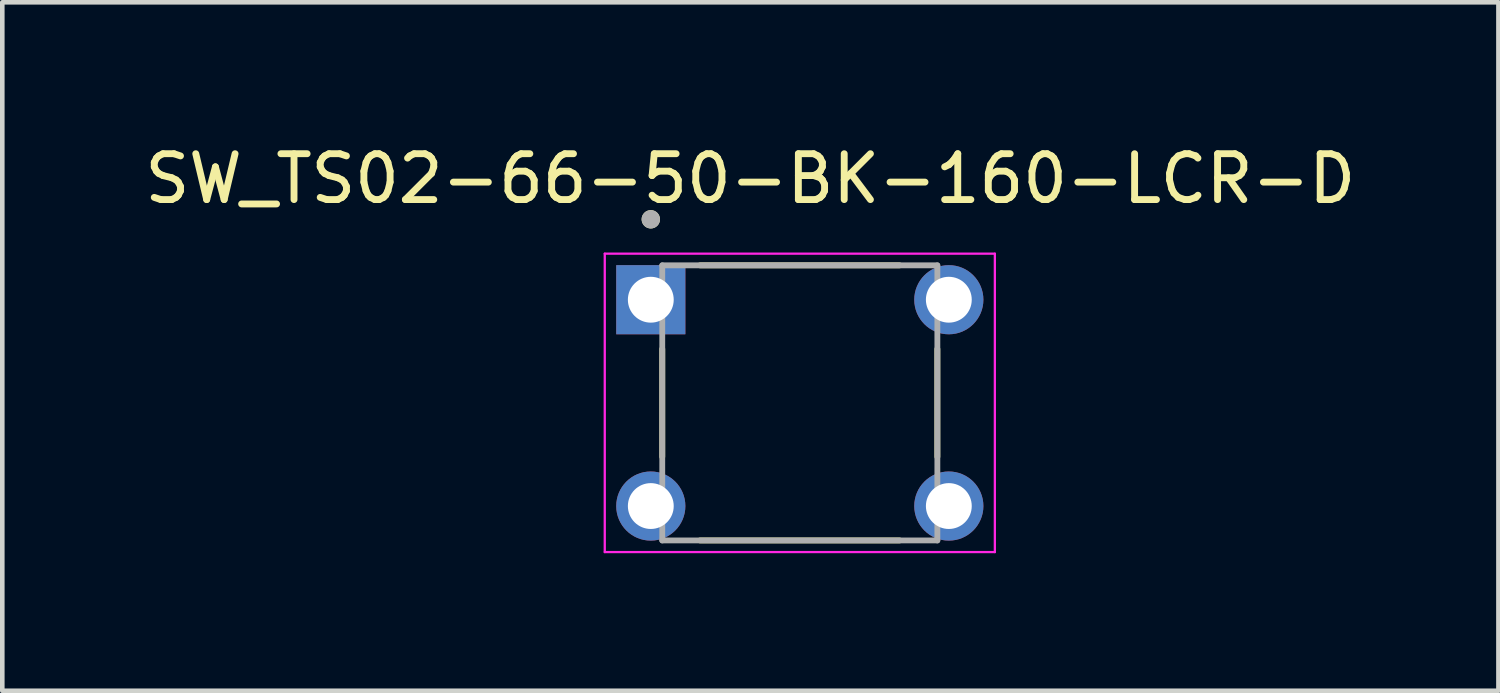
<source format=kicad_pcb>
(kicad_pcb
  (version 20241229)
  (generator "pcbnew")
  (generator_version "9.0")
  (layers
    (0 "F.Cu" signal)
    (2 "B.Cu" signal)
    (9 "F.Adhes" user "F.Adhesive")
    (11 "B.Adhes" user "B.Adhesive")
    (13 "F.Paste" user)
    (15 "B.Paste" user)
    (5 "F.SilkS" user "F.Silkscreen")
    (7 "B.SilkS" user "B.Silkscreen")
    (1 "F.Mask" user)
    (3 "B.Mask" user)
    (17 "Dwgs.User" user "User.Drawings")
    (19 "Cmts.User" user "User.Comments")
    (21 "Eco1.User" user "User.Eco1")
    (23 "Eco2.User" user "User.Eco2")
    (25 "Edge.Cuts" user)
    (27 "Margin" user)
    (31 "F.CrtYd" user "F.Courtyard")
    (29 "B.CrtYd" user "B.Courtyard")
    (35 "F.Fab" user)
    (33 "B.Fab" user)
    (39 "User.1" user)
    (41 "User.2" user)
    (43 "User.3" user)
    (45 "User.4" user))
  (footprint "SW_TS02-66-50-BK-160-LCR-D"
    (layer "F.Cu")
    (at 14.394 5.737)
    (property "Reference" "SW_TS02-66-50-BK-160-LCR-D" (at -1.079 -4.889 0) (layer "F.SilkS") (effects (font (size 1 1) (thickness 0.15))))
    (attr through_hole)
    (fp_line (start -3 -1.176) (end -3 1.176) (stroke (width 0.127) (type solid)) (layer "F.SilkS"))
    (fp_line (start -2.176 -3) (end 2.176 -3) (stroke (width 0.127) (type solid)) (layer "F.SilkS"))
    (fp_line (start -2.176 3) (end 2.176 3) (stroke (width 0.127) (type solid)) (layer "F.SilkS"))
    (fp_line (start 3 -1.176) (end 3 1.176) (stroke (width 0.127) (type solid)) (layer "F.SilkS"))
    (fp_circle (center -3.25 -4.004) (end -3.15 -4.004) (stroke (width 0.2) (type solid)) (fill no) (layer "F.SilkS"))
    (fp_line (start -4.254 -3.254) (end -4.254 3.254) (stroke (width 0.05) (type solid)) (layer "F.CrtYd"))
    (fp_line (start -4.254 3.254) (end 4.254 3.254) (stroke (width 0.05) (type solid)) (layer "F.CrtYd"))
    (fp_line (start 4.254 -3.254) (end -4.254 -3.254) (stroke (width 0.05) (type solid)) (layer "F.CrtYd"))
    (fp_line (start 4.254 3.254) (end 4.254 -3.254) (stroke (width 0.05) (type solid)) (layer "F.CrtYd"))
    (fp_line (start -3 -3) (end 3 -3) (stroke (width 0.127) (type solid)) (layer "F.Fab"))
    (fp_line (start -3 3) (end -3 -3) (stroke (width 0.127) (type solid)) (layer "F.Fab"))
    (fp_line (start 3 -3) (end 3 3) (stroke (width 0.127) (type solid)) (layer "F.Fab"))
    (fp_line (start 3 3) (end -3 3) (stroke (width 0.127) (type solid)) (layer "F.Fab"))
    (fp_circle (center -3.25 -4.004) (end -3.15 -4.004) (stroke (width 0.2) (type solid)) (fill no) (layer "F.Fab"))
    (pad "1" thru_hole rect (at -3.25 -2.25) (size 1.508 1.508) (drill 1) (layers "*.Cu" "*.Mask"))
    (pad "2" thru_hole circle (at 3.25 -2.25) (size 1.508 1.508) (drill 1) (layers "*.Cu" "*.Mask"))
    (pad "3" thru_hole circle (at -3.25 2.25) (size 1.508 1.508) (drill 1) (layers "*.Cu" "*.Mask"))
    (pad "4" thru_hole circle (at 3.25 2.25) (size 1.508 1.508) (drill 1) (layers "*.Cu" "*.Mask")))
  (gr_rect
    (start -3 -3)
    (end 29.631 12.016)
    (stroke (width 0.1) (type default))
    (fill no)
    (layer "Edge.Cuts")))
</source>
